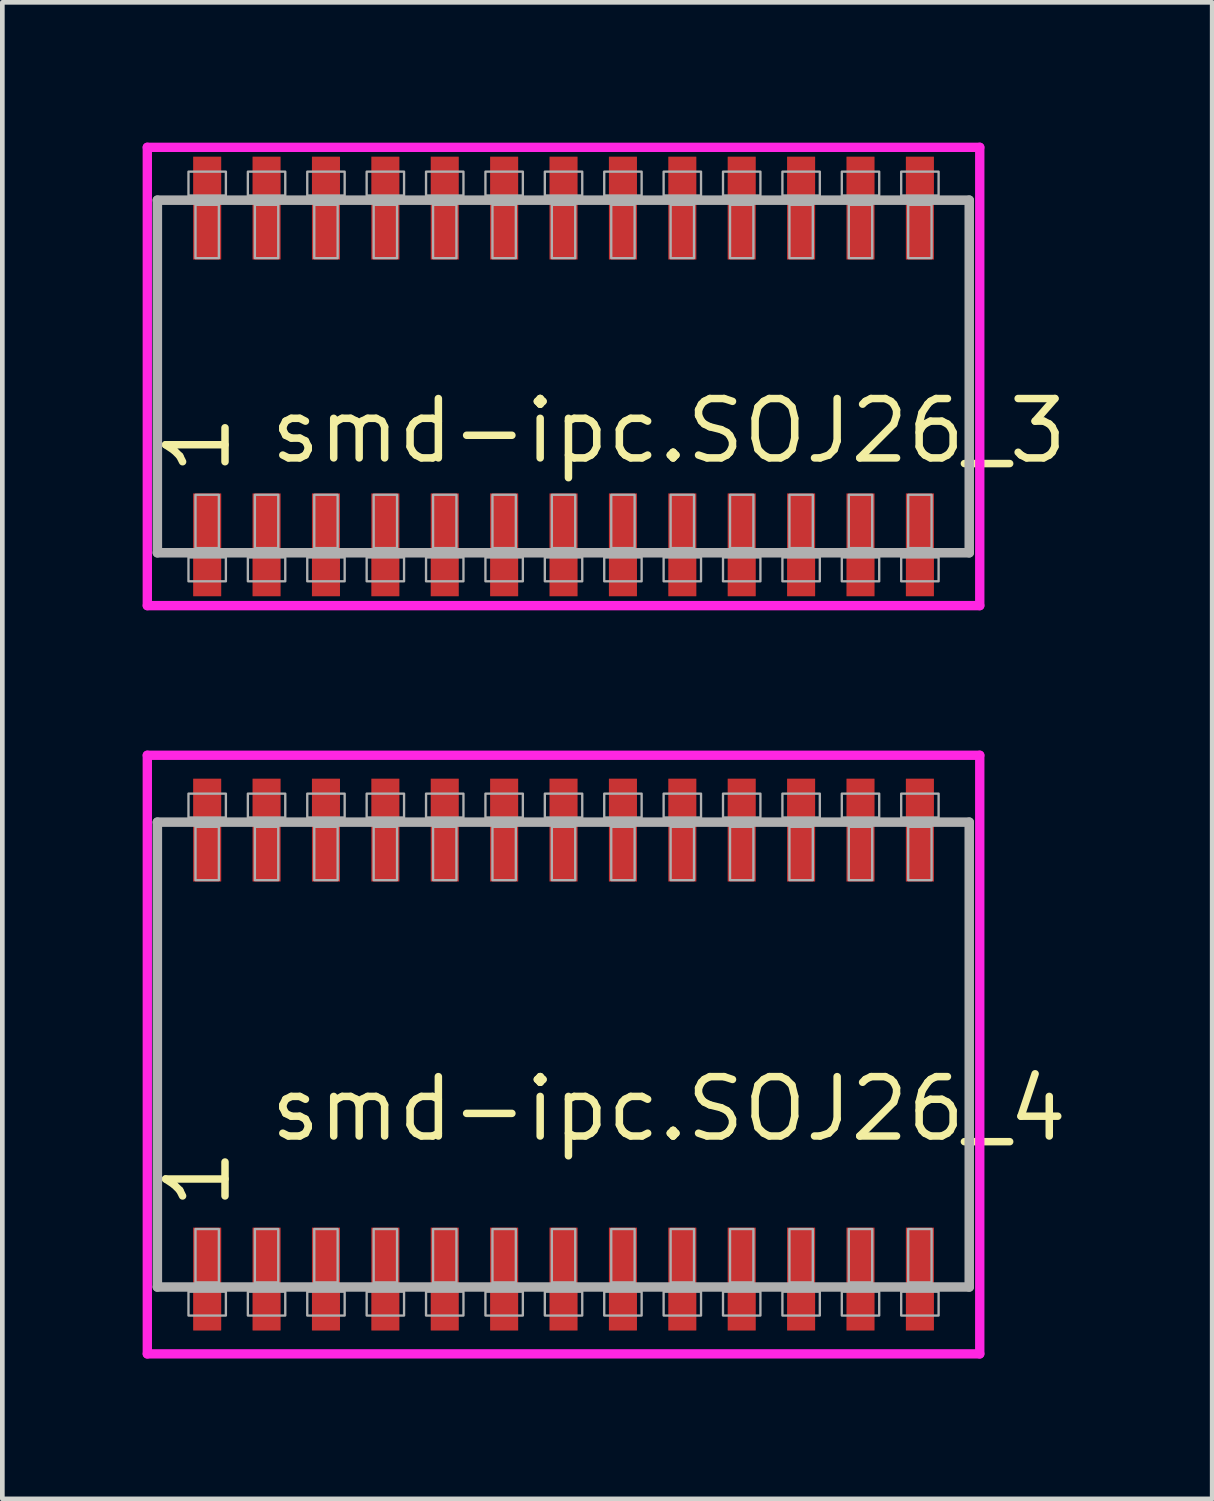
<source format=kicad_pcb>
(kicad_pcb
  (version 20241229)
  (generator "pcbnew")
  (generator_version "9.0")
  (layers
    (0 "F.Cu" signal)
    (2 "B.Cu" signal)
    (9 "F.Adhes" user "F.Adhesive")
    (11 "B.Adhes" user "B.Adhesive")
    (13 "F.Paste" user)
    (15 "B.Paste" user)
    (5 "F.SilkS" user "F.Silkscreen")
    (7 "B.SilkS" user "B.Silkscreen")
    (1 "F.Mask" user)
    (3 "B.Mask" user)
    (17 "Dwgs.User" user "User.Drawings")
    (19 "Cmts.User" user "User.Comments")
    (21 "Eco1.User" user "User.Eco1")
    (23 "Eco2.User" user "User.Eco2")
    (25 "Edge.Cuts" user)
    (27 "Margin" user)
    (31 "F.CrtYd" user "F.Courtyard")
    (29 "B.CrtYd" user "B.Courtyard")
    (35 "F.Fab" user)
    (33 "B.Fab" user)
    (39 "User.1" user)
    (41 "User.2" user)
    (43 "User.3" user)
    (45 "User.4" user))
  (footprint "smd-ipc.SOJ26_4"
    (layer "F.Cu")
    (at 9 19.5)
    (property "Reference" "smd-ipc.SOJ26_4" (at -6.35 1.905 0) (layer "F.SilkS") (effects (font (size 1.27 1.27) (thickness 0.16)) (justify left bottom)))
    (attr smd)
    (fp_line (start -8.9 -6.4) (end 8.9 -6.4) (stroke (width 0.2) (type default)) (layer "F.CrtYd"))
    (fp_line (start -8.9 6.4) (end -8.9 -6.4) (stroke (width 0.2) (type default)) (layer "F.CrtYd"))
    (fp_line (start 8.9 -6.4) (end 8.9 6.4) (stroke (width 0.2) (type default)) (layer "F.CrtYd"))
    (fp_line (start 8.9 6.4) (end -8.9 6.4) (stroke (width 0.2) (type default)) (layer "F.CrtYd"))
    (fp_line (start -8.685 -4.97) (end 8.675 -4.97) (stroke (width 0.203) (type default)) (layer "F.Fab"))
    (fp_line (start -8.685 4.97) (end -8.685 -4.97) (stroke (width 0.203) (type default)) (layer "F.Fab"))
    (fp_line (start 8.675 -4.97) (end 8.675 4.97) (stroke (width 0.203) (type default)) (layer "F.Fab"))
    (fp_line (start 8.675 4.97) (end -8.685 4.97) (stroke (width 0.203) (type default)) (layer "F.Fab"))
    (fp_rect (start -8.02 -5.07) (end -7.22 -5.58) (stroke (width 0.05) (type default)) (fill no) (layer "F.Fab"))
    (fp_rect (start -8.02 5.58) (end -7.22 5.07) (stroke (width 0.05) (type default)) (fill no) (layer "F.Fab"))
    (fp_rect (start -7.87 -3.73) (end -7.37 -4.87) (stroke (width 0.05) (type default)) (fill no) (layer "F.Fab"))
    (fp_rect (start -7.87 4.87) (end -7.37 3.73) (stroke (width 0.05) (type default)) (fill no) (layer "F.Fab"))
    (fp_rect (start -6.75 -5.07) (end -5.95 -5.58) (stroke (width 0.05) (type default)) (fill no) (layer "F.Fab"))
    (fp_rect (start -6.75 5.58) (end -5.95 5.07) (stroke (width 0.05) (type default)) (fill no) (layer "F.Fab"))
    (fp_rect (start -6.6 -3.73) (end -6.1 -4.87) (stroke (width 0.05) (type default)) (fill no) (layer "F.Fab"))
    (fp_rect (start -6.6 4.87) (end -6.1 3.73) (stroke (width 0.05) (type default)) (fill no) (layer "F.Fab"))
    (fp_rect (start -5.48 -5.07) (end -4.68 -5.58) (stroke (width 0.05) (type default)) (fill no) (layer "F.Fab"))
    (fp_rect (start -5.48 5.58) (end -4.68 5.07) (stroke (width 0.05) (type default)) (fill no) (layer "F.Fab"))
    (fp_rect (start -5.33 -3.73) (end -4.83 -4.87) (stroke (width 0.05) (type default)) (fill no) (layer "F.Fab"))
    (fp_rect (start -5.33 4.87) (end -4.83 3.73) (stroke (width 0.05) (type default)) (fill no) (layer "F.Fab"))
    (fp_rect (start -4.21 -5.07) (end -3.41 -5.58) (stroke (width 0.05) (type default)) (fill no) (layer "F.Fab"))
    (fp_rect (start -4.21 5.58) (end -3.41 5.07) (stroke (width 0.05) (type default)) (fill no) (layer "F.Fab"))
    (fp_rect (start -4.06 -3.73) (end -3.56 -4.87) (stroke (width 0.05) (type default)) (fill no) (layer "F.Fab"))
    (fp_rect (start -4.06 4.87) (end -3.56 3.73) (stroke (width 0.05) (type default)) (fill no) (layer "F.Fab"))
    (fp_rect (start -2.94 -5.07) (end -2.14 -5.58) (stroke (width 0.05) (type default)) (fill no) (layer "F.Fab"))
    (fp_rect (start -2.94 5.58) (end -2.14 5.07) (stroke (width 0.05) (type default)) (fill no) (layer "F.Fab"))
    (fp_rect (start -2.79 -3.73) (end -2.29 -4.87) (stroke (width 0.05) (type default)) (fill no) (layer "F.Fab"))
    (fp_rect (start -2.79 4.87) (end -2.29 3.73) (stroke (width 0.05) (type default)) (fill no) (layer "F.Fab"))
    (fp_rect (start -1.67 -5.07) (end -0.87 -5.58) (stroke (width 0.05) (type default)) (fill no) (layer "F.Fab"))
    (fp_rect (start -1.67 5.58) (end -0.87 5.07) (stroke (width 0.05) (type default)) (fill no) (layer "F.Fab"))
    (fp_rect (start -1.52 -3.73) (end -1.02 -4.87) (stroke (width 0.05) (type default)) (fill no) (layer "F.Fab"))
    (fp_rect (start -1.52 4.87) (end -1.02 3.73) (stroke (width 0.05) (type default)) (fill no) (layer "F.Fab"))
    (fp_rect (start -0.4 -5.07) (end 0.4 -5.58) (stroke (width 0.05) (type default)) (fill no) (layer "F.Fab"))
    (fp_rect (start -0.4 5.58) (end 0.4 5.07) (stroke (width 0.05) (type default)) (fill no) (layer "F.Fab"))
    (fp_rect (start -0.25 -3.73) (end 0.25 -4.87) (stroke (width 0.05) (type default)) (fill no) (layer "F.Fab"))
    (fp_rect (start -0.25 4.87) (end 0.25 3.73) (stroke (width 0.05) (type default)) (fill no) (layer "F.Fab"))
    (fp_rect (start 0.87 -5.07) (end 1.67 -5.58) (stroke (width 0.05) (type default)) (fill no) (layer "F.Fab"))
    (fp_rect (start 0.87 5.58) (end 1.67 5.07) (stroke (width 0.05) (type default)) (fill no) (layer "F.Fab"))
    (fp_rect (start 1.02 -3.73) (end 1.52 -4.87) (stroke (width 0.05) (type default)) (fill no) (layer "F.Fab"))
    (fp_rect (start 1.02 4.87) (end 1.52 3.73) (stroke (width 0.05) (type default)) (fill no) (layer "F.Fab"))
    (fp_rect (start 2.14 -5.07) (end 2.94 -5.58) (stroke (width 0.05) (type default)) (fill no) (layer "F.Fab"))
    (fp_rect (start 2.14 5.58) (end 2.94 5.07) (stroke (width 0.05) (type default)) (fill no) (layer "F.Fab"))
    (fp_rect (start 2.29 -3.73) (end 2.79 -4.87) (stroke (width 0.05) (type default)) (fill no) (layer "F.Fab"))
    (fp_rect (start 2.29 4.87) (end 2.79 3.73) (stroke (width 0.05) (type default)) (fill no) (layer "F.Fab"))
    (fp_rect (start 3.41 -5.07) (end 4.21 -5.58) (stroke (width 0.05) (type default)) (fill no) (layer "F.Fab"))
    (fp_rect (start 3.41 5.58) (end 4.21 5.07) (stroke (width 0.05) (type default)) (fill no) (layer "F.Fab"))
    (fp_rect (start 3.56 -3.73) (end 4.06 -4.87) (stroke (width 0.05) (type default)) (fill no) (layer "F.Fab"))
    (fp_rect (start 3.56 4.87) (end 4.06 3.73) (stroke (width 0.05) (type default)) (fill no) (layer "F.Fab"))
    (fp_rect (start 4.68 -5.07) (end 5.48 -5.58) (stroke (width 0.05) (type default)) (fill no) (layer "F.Fab"))
    (fp_rect (start 4.68 5.58) (end 5.48 5.07) (stroke (width 0.05) (type default)) (fill no) (layer "F.Fab"))
    (fp_rect (start 4.83 -3.73) (end 5.33 -4.87) (stroke (width 0.05) (type default)) (fill no) (layer "F.Fab"))
    (fp_rect (start 4.83 4.87) (end 5.33 3.73) (stroke (width 0.05) (type default)) (fill no) (layer "F.Fab"))
    (fp_rect (start 5.95 -5.07) (end 6.75 -5.58) (stroke (width 0.05) (type default)) (fill no) (layer "F.Fab"))
    (fp_rect (start 5.95 5.58) (end 6.75 5.07) (stroke (width 0.05) (type default)) (fill no) (layer "F.Fab"))
    (fp_rect (start 6.1 -3.73) (end 6.6 -4.87) (stroke (width 0.05) (type default)) (fill no) (layer "F.Fab"))
    (fp_rect (start 6.1 4.87) (end 6.6 3.73) (stroke (width 0.05) (type default)) (fill no) (layer "F.Fab"))
    (fp_rect (start 7.22 -5.07) (end 8.02 -5.58) (stroke (width 0.05) (type default)) (fill no) (layer "F.Fab"))
    (fp_rect (start 7.22 5.58) (end 8.02 5.07) (stroke (width 0.05) (type default)) (fill no) (layer "F.Fab"))
    (fp_rect (start 7.37 -3.73) (end 7.87 -4.87) (stroke (width 0.05) (type default)) (fill no) (layer "F.Fab"))
    (fp_rect (start 7.37 4.87) (end 7.87 3.73) (stroke (width 0.05) (type default)) (fill no) (layer "F.Fab"))
    (fp_text user "1" (at -7.075 3.37 90) (layer "F.SilkS") (effects (font (size 1.27 1.27) (thickness 0.16)) (justify left bottom)))
    (pad "1" smd roundrect (at -7.62 4.8) (size 0.6 2.2) (layers "F.Cu" "F.Mask" "F.Paste") (roundrect_rratio 0.01))
    (pad "2" smd roundrect (at -6.35 4.8) (size 0.6 2.2) (layers "F.Cu" "F.Mask" "F.Paste") (roundrect_rratio 0.01))
    (pad "3" smd roundrect (at -5.08 4.8) (size 0.6 2.2) (layers "F.Cu" "F.Mask" "F.Paste") (roundrect_rratio 0.01))
    (pad "4" smd roundrect (at -3.81 4.8) (size 0.6 2.2) (layers "F.Cu" "F.Mask" "F.Paste") (roundrect_rratio 0.01))
    (pad "5" smd roundrect (at -2.54 4.8) (size 0.6 2.2) (layers "F.Cu" "F.Mask" "F.Paste") (roundrect_rratio 0.01))
    (pad "6" smd roundrect (at -1.27 4.8) (size 0.6 2.2) (layers "F.Cu" "F.Mask" "F.Paste") (roundrect_rratio 0.01))
    (pad "7" smd roundrect (at 0 4.8) (size 0.6 2.2) (layers "F.Cu" "F.Mask" "F.Paste") (roundrect_rratio 0.01))
    (pad "8" smd roundrect (at 1.27 4.8) (size 0.6 2.2) (layers "F.Cu" "F.Mask" "F.Paste") (roundrect_rratio 0.01))
    (pad "9" smd roundrect (at 2.54 4.8) (size 0.6 2.2) (layers "F.Cu" "F.Mask" "F.Paste") (roundrect_rratio 0.01))
    (pad "10" smd roundrect (at 3.81 4.8) (size 0.6 2.2) (layers "F.Cu" "F.Mask" "F.Paste") (roundrect_rratio 0.01))
    (pad "11" smd roundrect (at 5.08 4.8) (size 0.6 2.2) (layers "F.Cu" "F.Mask" "F.Paste") (roundrect_rratio 0.01))
    (pad "12" smd roundrect (at 6.35 4.8) (size 0.6 2.2) (layers "F.Cu" "F.Mask" "F.Paste") (roundrect_rratio 0.01))
    (pad "13" smd roundrect (at 7.62 4.8) (size 0.6 2.2) (layers "F.Cu" "F.Mask" "F.Paste") (roundrect_rratio 0.01))
    (pad "14" smd roundrect (at 7.62 -4.8) (size 0.6 2.2) (layers "F.Cu" "F.Mask" "F.Paste") (roundrect_rratio 0.01))
    (pad "15" smd roundrect (at 6.35 -4.8) (size 0.6 2.2) (layers "F.Cu" "F.Mask" "F.Paste") (roundrect_rratio 0.01))
    (pad "16" smd roundrect (at 5.08 -4.8) (size 0.6 2.2) (layers "F.Cu" "F.Mask" "F.Paste") (roundrect_rratio 0.01))
    (pad "17" smd roundrect (at 3.81 -4.8) (size 0.6 2.2) (layers "F.Cu" "F.Mask" "F.Paste") (roundrect_rratio 0.01))
    (pad "18" smd roundrect (at 2.54 -4.8) (size 0.6 2.2) (layers "F.Cu" "F.Mask" "F.Paste") (roundrect_rratio 0.01))
    (pad "19" smd roundrect (at 1.27 -4.8) (size 0.6 2.2) (layers "F.Cu" "F.Mask" "F.Paste") (roundrect_rratio 0.01))
    (pad "20" smd roundrect (at 0 -4.8) (size 0.6 2.2) (layers "F.Cu" "F.Mask" "F.Paste") (roundrect_rratio 0.01))
    (pad "21" smd roundrect (at -1.27 -4.8) (size 0.6 2.2) (layers "F.Cu" "F.Mask" "F.Paste") (roundrect_rratio 0.01))
    (pad "22" smd roundrect (at -2.54 -4.8) (size 0.6 2.2) (layers "F.Cu" "F.Mask" "F.Paste") (roundrect_rratio 0.01))
    (pad "23" smd roundrect (at -3.81 -4.8) (size 0.6 2.2) (layers "F.Cu" "F.Mask" "F.Paste") (roundrect_rratio 0.01))
    (pad "24" smd roundrect (at -5.08 -4.8) (size 0.6 2.2) (layers "F.Cu" "F.Mask" "F.Paste") (roundrect_rratio 0.01))
    (pad "25" smd roundrect (at -6.35 -4.8) (size 0.6 2.2) (layers "F.Cu" "F.Mask" "F.Paste") (roundrect_rratio 0.01))
    (pad "26" smd roundrect (at -7.62 -4.8) (size 0.6 2.2) (layers "F.Cu" "F.Mask" "F.Paste") (roundrect_rratio 0.01)))
  (footprint "smd-ipc.SOJ26_3"
    (layer "F.Cu")
    (at 9 5)
    (property "Reference" "smd-ipc.SOJ26_3" (at -6.35 1.905 0) (layer "F.SilkS") (effects (font (size 1.27 1.27) (thickness 0.16)) (justify left bottom)))
    (attr smd)
    (fp_line (start -8.9 -4.9) (end 8.9 -4.9) (stroke (width 0.2) (type default)) (layer "F.CrtYd"))
    (fp_line (start -8.9 4.9) (end -8.9 -4.9) (stroke (width 0.2) (type default)) (layer "F.CrtYd"))
    (fp_line (start 8.9 -4.9) (end 8.9 4.9) (stroke (width 0.2) (type default)) (layer "F.CrtYd"))
    (fp_line (start 8.9 4.9) (end -8.9 4.9) (stroke (width 0.2) (type default)) (layer "F.CrtYd"))
    (fp_line (start -8.685 -3.77) (end 8.675 -3.77) (stroke (width 0.203) (type default)) (layer "F.Fab"))
    (fp_line (start -8.685 3.77) (end -8.685 -3.77) (stroke (width 0.203) (type default)) (layer "F.Fab"))
    (fp_line (start 8.675 -3.77) (end 8.675 3.77) (stroke (width 0.203) (type default)) (layer "F.Fab"))
    (fp_line (start 8.675 3.77) (end -8.685 3.77) (stroke (width 0.203) (type default)) (layer "F.Fab"))
    (fp_rect (start -8.02 -3.87) (end -7.22 -4.38) (stroke (width 0.05) (type default)) (fill no) (layer "F.Fab"))
    (fp_rect (start -8.02 4.38) (end -7.22 3.87) (stroke (width 0.05) (type default)) (fill no) (layer "F.Fab"))
    (fp_rect (start -7.87 -2.53) (end -7.37 -3.67) (stroke (width 0.05) (type default)) (fill no) (layer "F.Fab"))
    (fp_rect (start -7.87 3.67) (end -7.37 2.53) (stroke (width 0.05) (type default)) (fill no) (layer "F.Fab"))
    (fp_rect (start -6.75 -3.87) (end -5.95 -4.38) (stroke (width 0.05) (type default)) (fill no) (layer "F.Fab"))
    (fp_rect (start -6.75 4.38) (end -5.95 3.87) (stroke (width 0.05) (type default)) (fill no) (layer "F.Fab"))
    (fp_rect (start -6.6 -2.53) (end -6.1 -3.67) (stroke (width 0.05) (type default)) (fill no) (layer "F.Fab"))
    (fp_rect (start -6.6 3.67) (end -6.1 2.53) (stroke (width 0.05) (type default)) (fill no) (layer "F.Fab"))
    (fp_rect (start -5.48 -3.87) (end -4.68 -4.38) (stroke (width 0.05) (type default)) (fill no) (layer "F.Fab"))
    (fp_rect (start -5.48 4.38) (end -4.68 3.87) (stroke (width 0.05) (type default)) (fill no) (layer "F.Fab"))
    (fp_rect (start -5.33 -2.53) (end -4.83 -3.67) (stroke (width 0.05) (type default)) (fill no) (layer "F.Fab"))
    (fp_rect (start -5.33 3.67) (end -4.83 2.53) (stroke (width 0.05) (type default)) (fill no) (layer "F.Fab"))
    (fp_rect (start -4.21 -3.87) (end -3.41 -4.38) (stroke (width 0.05) (type default)) (fill no) (layer "F.Fab"))
    (fp_rect (start -4.21 4.38) (end -3.41 3.87) (stroke (width 0.05) (type default)) (fill no) (layer "F.Fab"))
    (fp_rect (start -4.06 -2.53) (end -3.56 -3.67) (stroke (width 0.05) (type default)) (fill no) (layer "F.Fab"))
    (fp_rect (start -4.06 3.67) (end -3.56 2.53) (stroke (width 0.05) (type default)) (fill no) (layer "F.Fab"))
    (fp_rect (start -2.94 -3.87) (end -2.14 -4.38) (stroke (width 0.05) (type default)) (fill no) (layer "F.Fab"))
    (fp_rect (start -2.94 4.38) (end -2.14 3.87) (stroke (width 0.05) (type default)) (fill no) (layer "F.Fab"))
    (fp_rect (start -2.79 -2.53) (end -2.29 -3.67) (stroke (width 0.05) (type default)) (fill no) (layer "F.Fab"))
    (fp_rect (start -2.79 3.67) (end -2.29 2.53) (stroke (width 0.05) (type default)) (fill no) (layer "F.Fab"))
    (fp_rect (start -1.67 -3.87) (end -0.87 -4.38) (stroke (width 0.05) (type default)) (fill no) (layer "F.Fab"))
    (fp_rect (start -1.67 4.38) (end -0.87 3.87) (stroke (width 0.05) (type default)) (fill no) (layer "F.Fab"))
    (fp_rect (start -1.52 -2.53) (end -1.02 -3.67) (stroke (width 0.05) (type default)) (fill no) (layer "F.Fab"))
    (fp_rect (start -1.52 3.67) (end -1.02 2.53) (stroke (width 0.05) (type default)) (fill no) (layer "F.Fab"))
    (fp_rect (start -0.4 -3.87) (end 0.4 -4.38) (stroke (width 0.05) (type default)) (fill no) (layer "F.Fab"))
    (fp_rect (start -0.4 4.38) (end 0.4 3.87) (stroke (width 0.05) (type default)) (fill no) (layer "F.Fab"))
    (fp_rect (start -0.25 -2.53) (end 0.25 -3.67) (stroke (width 0.05) (type default)) (fill no) (layer "F.Fab"))
    (fp_rect (start -0.25 3.67) (end 0.25 2.53) (stroke (width 0.05) (type default)) (fill no) (layer "F.Fab"))
    (fp_rect (start 0.87 -3.87) (end 1.67 -4.38) (stroke (width 0.05) (type default)) (fill no) (layer "F.Fab"))
    (fp_rect (start 0.87 4.38) (end 1.67 3.87) (stroke (width 0.05) (type default)) (fill no) (layer "F.Fab"))
    (fp_rect (start 1.02 -2.53) (end 1.52 -3.67) (stroke (width 0.05) (type default)) (fill no) (layer "F.Fab"))
    (fp_rect (start 1.02 3.67) (end 1.52 2.53) (stroke (width 0.05) (type default)) (fill no) (layer "F.Fab"))
    (fp_rect (start 2.14 -3.87) (end 2.94 -4.38) (stroke (width 0.05) (type default)) (fill no) (layer "F.Fab"))
    (fp_rect (start 2.14 4.38) (end 2.94 3.87) (stroke (width 0.05) (type default)) (fill no) (layer "F.Fab"))
    (fp_rect (start 2.29 -2.53) (end 2.79 -3.67) (stroke (width 0.05) (type default)) (fill no) (layer "F.Fab"))
    (fp_rect (start 2.29 3.67) (end 2.79 2.53) (stroke (width 0.05) (type default)) (fill no) (layer "F.Fab"))
    (fp_rect (start 3.41 -3.87) (end 4.21 -4.38) (stroke (width 0.05) (type default)) (fill no) (layer "F.Fab"))
    (fp_rect (start 3.41 4.38) (end 4.21 3.87) (stroke (width 0.05) (type default)) (fill no) (layer "F.Fab"))
    (fp_rect (start 3.56 -2.53) (end 4.06 -3.67) (stroke (width 0.05) (type default)) (fill no) (layer "F.Fab"))
    (fp_rect (start 3.56 3.67) (end 4.06 2.53) (stroke (width 0.05) (type default)) (fill no) (layer "F.Fab"))
    (fp_rect (start 4.68 -3.87) (end 5.48 -4.38) (stroke (width 0.05) (type default)) (fill no) (layer "F.Fab"))
    (fp_rect (start 4.68 4.38) (end 5.48 3.87) (stroke (width 0.05) (type default)) (fill no) (layer "F.Fab"))
    (fp_rect (start 4.83 -2.53) (end 5.33 -3.67) (stroke (width 0.05) (type default)) (fill no) (layer "F.Fab"))
    (fp_rect (start 4.83 3.67) (end 5.33 2.53) (stroke (width 0.05) (type default)) (fill no) (layer "F.Fab"))
    (fp_rect (start 5.95 -3.87) (end 6.75 -4.38) (stroke (width 0.05) (type default)) (fill no) (layer "F.Fab"))
    (fp_rect (start 5.95 4.38) (end 6.75 3.87) (stroke (width 0.05) (type default)) (fill no) (layer "F.Fab"))
    (fp_rect (start 6.1 -2.53) (end 6.6 -3.67) (stroke (width 0.05) (type default)) (fill no) (layer "F.Fab"))
    (fp_rect (start 6.1 3.67) (end 6.6 2.53) (stroke (width 0.05) (type default)) (fill no) (layer "F.Fab"))
    (fp_rect (start 7.22 -3.87) (end 8.02 -4.38) (stroke (width 0.05) (type default)) (fill no) (layer "F.Fab"))
    (fp_rect (start 7.22 4.38) (end 8.02 3.87) (stroke (width 0.05) (type default)) (fill no) (layer "F.Fab"))
    (fp_rect (start 7.37 -2.53) (end 7.87 -3.67) (stroke (width 0.05) (type default)) (fill no) (layer "F.Fab"))
    (fp_rect (start 7.37 3.67) (end 7.87 2.53) (stroke (width 0.05) (type default)) (fill no) (layer "F.Fab"))
    (fp_text user "1" (at -7.075 2.17 90) (layer "F.SilkS") (effects (font (size 1.27 1.27) (thickness 0.16)) (justify left bottom)))
    (pad "1" smd roundrect (at -7.62 3.6) (size 0.6 2.2) (layers "F.Cu" "F.Mask" "F.Paste") (roundrect_rratio 0.01))
    (pad "2" smd roundrect (at -6.35 3.6) (size 0.6 2.2) (layers "F.Cu" "F.Mask" "F.Paste") (roundrect_rratio 0.01))
    (pad "3" smd roundrect (at -5.08 3.6) (size 0.6 2.2) (layers "F.Cu" "F.Mask" "F.Paste") (roundrect_rratio 0.01))
    (pad "4" smd roundrect (at -3.81 3.6) (size 0.6 2.2) (layers "F.Cu" "F.Mask" "F.Paste") (roundrect_rratio 0.01))
    (pad "5" smd roundrect (at -2.54 3.6) (size 0.6 2.2) (layers "F.Cu" "F.Mask" "F.Paste") (roundrect_rratio 0.01))
    (pad "6" smd roundrect (at -1.27 3.6) (size 0.6 2.2) (layers "F.Cu" "F.Mask" "F.Paste") (roundrect_rratio 0.01))
    (pad "7" smd roundrect (at 0 3.6) (size 0.6 2.2) (layers "F.Cu" "F.Mask" "F.Paste") (roundrect_rratio 0.01))
    (pad "8" smd roundrect (at 1.27 3.6) (size 0.6 2.2) (layers "F.Cu" "F.Mask" "F.Paste") (roundrect_rratio 0.01))
    (pad "9" smd roundrect (at 2.54 3.6) (size 0.6 2.2) (layers "F.Cu" "F.Mask" "F.Paste") (roundrect_rratio 0.01))
    (pad "10" smd roundrect (at 3.81 3.6) (size 0.6 2.2) (layers "F.Cu" "F.Mask" "F.Paste") (roundrect_rratio 0.01))
    (pad "11" smd roundrect (at 5.08 3.6) (size 0.6 2.2) (layers "F.Cu" "F.Mask" "F.Paste") (roundrect_rratio 0.01))
    (pad "12" smd roundrect (at 6.35 3.6) (size 0.6 2.2) (layers "F.Cu" "F.Mask" "F.Paste") (roundrect_rratio 0.01))
    (pad "13" smd roundrect (at 7.62 3.6) (size 0.6 2.2) (layers "F.Cu" "F.Mask" "F.Paste") (roundrect_rratio 0.01))
    (pad "14" smd roundrect (at 7.62 -3.6) (size 0.6 2.2) (layers "F.Cu" "F.Mask" "F.Paste") (roundrect_rratio 0.01))
    (pad "15" smd roundrect (at 6.35 -3.6) (size 0.6 2.2) (layers "F.Cu" "F.Mask" "F.Paste") (roundrect_rratio 0.01))
    (pad "16" smd roundrect (at 5.08 -3.6) (size 0.6 2.2) (layers "F.Cu" "F.Mask" "F.Paste") (roundrect_rratio 0.01))
    (pad "17" smd roundrect (at 3.81 -3.6) (size 0.6 2.2) (layers "F.Cu" "F.Mask" "F.Paste") (roundrect_rratio 0.01))
    (pad "18" smd roundrect (at 2.54 -3.6) (size 0.6 2.2) (layers "F.Cu" "F.Mask" "F.Paste") (roundrect_rratio 0.01))
    (pad "19" smd roundrect (at 1.27 -3.6) (size 0.6 2.2) (layers "F.Cu" "F.Mask" "F.Paste") (roundrect_rratio 0.01))
    (pad "20" smd roundrect (at 0 -3.6) (size 0.6 2.2) (layers "F.Cu" "F.Mask" "F.Paste") (roundrect_rratio 0.01))
    (pad "21" smd roundrect (at -1.27 -3.6) (size 0.6 2.2) (layers "F.Cu" "F.Mask" "F.Paste") (roundrect_rratio 0.01))
    (pad "22" smd roundrect (at -2.54 -3.6) (size 0.6 2.2) (layers "F.Cu" "F.Mask" "F.Paste") (roundrect_rratio 0.01))
    (pad "23" smd roundrect (at -3.81 -3.6) (size 0.6 2.2) (layers "F.Cu" "F.Mask" "F.Paste") (roundrect_rratio 0.01))
    (pad "24" smd roundrect (at -5.08 -3.6) (size 0.6 2.2) (layers "F.Cu" "F.Mask" "F.Paste") (roundrect_rratio 0.01))
    (pad "25" smd roundrect (at -6.35 -3.6) (size 0.6 2.2) (layers "F.Cu" "F.Mask" "F.Paste") (roundrect_rratio 0.01))
    (pad "26" smd roundrect (at -7.62 -3.6) (size 0.6 2.2) (layers "F.Cu" "F.Mask" "F.Paste") (roundrect_rratio 0.01)))
  (gr_rect
    (start -3 -3)
    (end 22.87 29)
    (stroke (width 0.1) (type default))
    (fill no)
    (layer "Edge.Cuts")))
</source>
